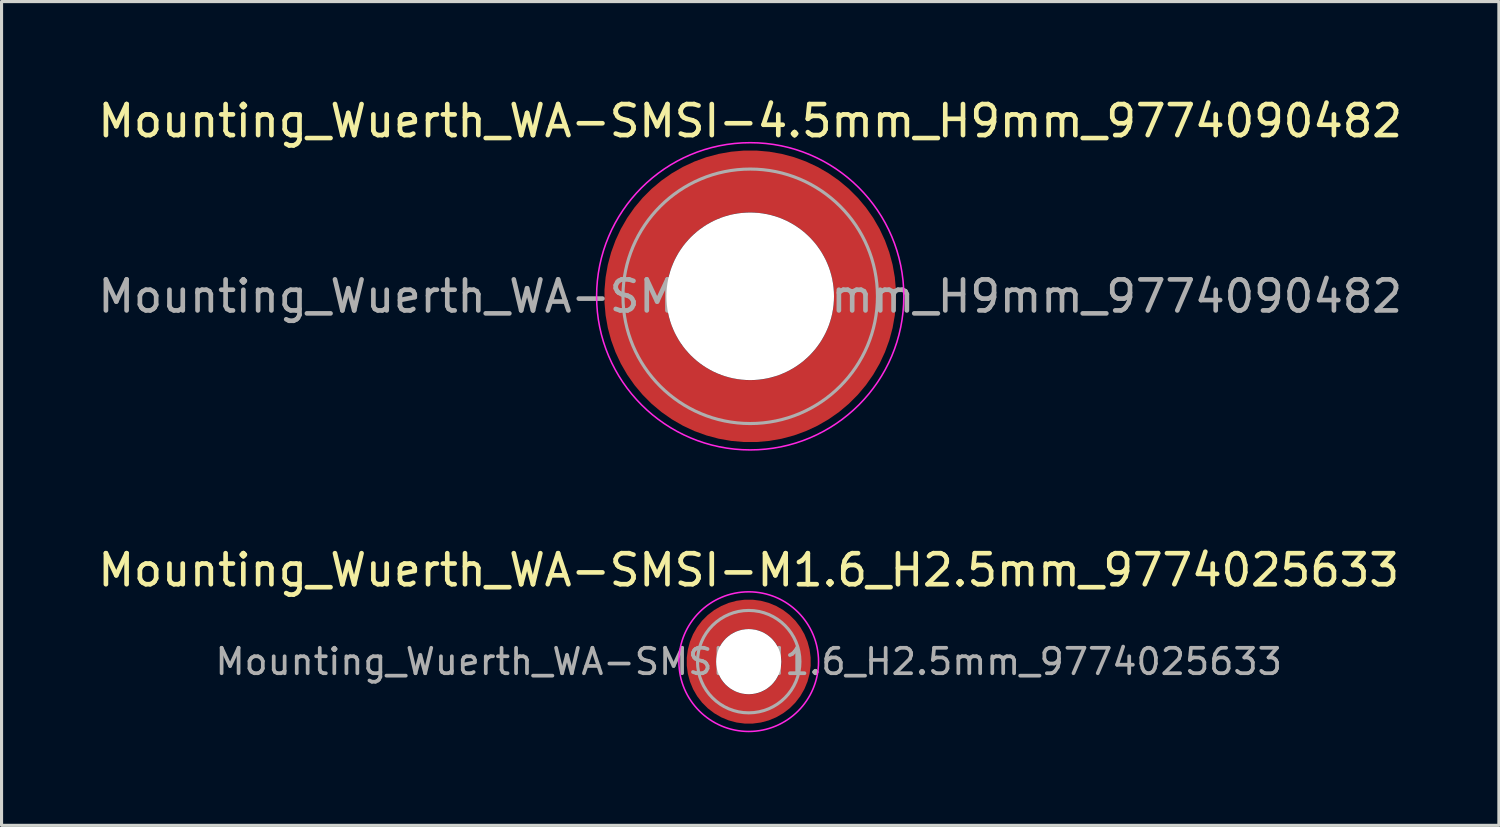
<source format=kicad_pcb>
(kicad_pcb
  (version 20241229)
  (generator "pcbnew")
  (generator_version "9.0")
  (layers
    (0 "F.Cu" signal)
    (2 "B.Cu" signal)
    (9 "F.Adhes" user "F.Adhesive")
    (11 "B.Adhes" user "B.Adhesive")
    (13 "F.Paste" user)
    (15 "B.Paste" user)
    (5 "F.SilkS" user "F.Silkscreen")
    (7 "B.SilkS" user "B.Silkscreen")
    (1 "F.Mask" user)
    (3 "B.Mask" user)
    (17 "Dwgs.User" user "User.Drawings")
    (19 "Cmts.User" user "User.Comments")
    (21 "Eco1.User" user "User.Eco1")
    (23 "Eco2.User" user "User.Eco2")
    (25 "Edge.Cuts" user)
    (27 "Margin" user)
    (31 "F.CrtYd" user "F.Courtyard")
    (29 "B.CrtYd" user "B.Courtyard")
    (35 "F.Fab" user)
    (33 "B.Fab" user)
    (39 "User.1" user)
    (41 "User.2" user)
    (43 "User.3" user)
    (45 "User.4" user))
  (footprint "Mounting_Wuerth_WA-SMSI-M1.6_H2.5mm_9774025633"
    (layer "F.Cu")
    (at 21.077 18.271)
    (property "Reference" "Mounting_Wuerth_WA-SMSI-M1.6_H2.5mm_9774025633" (at 0 -2.95 0) (layer "F.SilkS") (effects (font (size 1 1) (thickness 0.15))))
    (attr smd)
    (fp_circle (center 0 0) (end 2.25 0) (stroke (width 0.05) (type solid)) (fill no) (layer "F.CrtYd"))
    (fp_circle (center 0 0) (end 1.65 0) (stroke (width 0.1) (type solid)) (fill no) (layer "F.Fab"))
    (fp_text user "${REFERENCE}" (at 0 0 0) (layer "F.Fab") (effects (font (size 0.82 0.82) (thickness 0.12))))
    (pad "" smd custom (at -1.061 -1.061) (size 0.4 0.4) (layers "F.Paste") (options (anchor circle)) (primitives (gr_arc (start -0.101235 0.76066) (mid 0.212132 0.212132) (end 0.76066 -0.101235) (width 0.2)) (gr_arc (start -0.204251 0.76066) (mid 0.141421 0.141421) (end 0.76066 -0.204251) (width 0.2)) (gr_arc (start -0.306819 0.76066) (mid 0.070711 0.070711) (end 0.76066 -0.306819) (width 0.2)) (gr_arc (start -0.409034 0.76066) (mid 0 0) (end 0.76066 -0.409034) (width 0.2)) (gr_arc (start -0.510963 0.76066) (mid -0.070711 -0.070711) (end 0.76066 -0.510963) (width 0.2)) (gr_arc (start -0.61266 0.76066) (mid -0.141421 -0.141421) (end 0.76066 -0.61266) (width 0.2)) (gr_arc (start -0.714164 0.76066) (mid -0.212132 -0.212132) (end 0.76066 -0.714164) (width 0.2)) (gr_line (start 0.761 -0.101) (end 0.761 -0.714) (width 0.2)) (gr_line (start -0.101 0.761) (end -0.714 0.761) (width 0.2))))
    (pad "" smd custom (at -1.061 1.061) (size 0.4 0.4) (layers "F.Paste") (options (anchor circle)) (primitives (gr_arc (start 0.76066 0.101235) (mid 0.212132 -0.212132) (end -0.101235 -0.76066) (width 0.2)) (gr_arc (start 0.76066 0.204251) (mid 0.141421 -0.141421) (end -0.204251 -0.76066) (width 0.2)) (gr_arc (start 0.76066 0.306819) (mid 0.070711 -0.070711) (end -0.306819 -0.76066) (width 0.2)) (gr_arc (start 0.76066 0.409034) (mid 0 0) (end -0.409034 -0.76066) (width 0.2)) (gr_arc (start 0.76066 0.510963) (mid -0.070711 0.070711) (end -0.510963 -0.76066) (width 0.2)) (gr_arc (start 0.76066 0.61266) (mid -0.141421 0.141421) (end -0.61266 -0.76066) (width 0.2)) (gr_arc (start 0.76066 0.714164) (mid -0.212132 0.212132) (end -0.714164 -0.76066) (width 0.2)) (gr_line (start -0.101 -0.761) (end -0.714 -0.761) (width 0.2)) (gr_line (start 0.761 0.101) (end 0.761 0.714) (width 0.2))))
    (pad "" np_thru_hole circle (at 0 0) (size 2.1 2.1) (drill 2.1) (layers "*.Cu" "*.Mask"))
    (pad "" smd custom (at 1.061 -1.061) (size 0.4 0.4) (layers "F.Paste") (options (anchor circle)) (primitives (gr_arc (start -0.76066 -0.101235) (mid -0.212132 0.212132) (end 0.101235 0.76066) (width 0.2)) (gr_arc (start -0.76066 -0.204251) (mid -0.141421 0.141421) (end 0.204251 0.76066) (width 0.2)) (gr_arc (start -0.76066 -0.306819) (mid -0.070711 0.070711) (end 0.306819 0.76066) (width 0.2)) (gr_arc (start -0.76066 -0.409034) (mid 0 0) (end 0.409034 0.76066) (width 0.2)) (gr_arc (start -0.76066 -0.510963) (mid 0.070711 -0.070711) (end 0.510963 0.76066) (width 0.2)) (gr_arc (start -0.76066 -0.61266) (mid 0.141421 -0.141421) (end 0.61266 0.76066) (width 0.2)) (gr_arc (start -0.76066 -0.714164) (mid 0.212132 -0.212132) (end 0.714164 0.76066) (width 0.2)) (gr_line (start 0.101 0.761) (end 0.714 0.761) (width 0.2)) (gr_line (start -0.761 -0.101) (end -0.761 -0.714) (width 0.2))))
    (pad "" smd custom (at 1.061 1.061) (size 0.4 0.4) (layers "F.Paste") (options (anchor circle)) (primitives (gr_arc (start 0.101235 -0.76066) (mid -0.212132 -0.212132) (end -0.76066 0.101235) (width 0.2)) (gr_arc (start 0.204251 -0.76066) (mid -0.141421 -0.141421) (end -0.76066 0.204251) (width 0.2)) (gr_arc (start 0.306819 -0.76066) (mid -0.070711 -0.070711) (end -0.76066 0.306819) (width 0.2)) (gr_arc (start 0.409034 -0.76066) (mid 0 0) (end -0.76066 0.409034) (width 0.2)) (gr_arc (start 0.510963 -0.76066) (mid 0.070711 0.070711) (end -0.76066 0.510963) (width 0.2)) (gr_arc (start 0.61266 -0.76066) (mid 0.141421 0.141421) (end -0.76066 0.61266) (width 0.2)) (gr_arc (start 0.714164 -0.76066) (mid 0.212132 0.212132) (end -0.76066 0.714164) (width 0.2)) (gr_line (start -0.761 0.101) (end -0.761 0.714) (width 0.2)) (gr_line (start 0.101 -0.761) (end 0.714 -0.761) (width 0.2))))
    (pad "1" smd circle (at -1.525 0) (size 0.55 0.55) (layers "F.Cu"))
    (pad "1" smd circle (at 0 -1.525) (size 0.55 0.55) (layers "F.Cu"))
    (pad "1" smd circle (at 0 1.525) (size 0.55 0.55) (layers "F.Cu"))
    (pad "1" smd custom (at 1.525 0) (size 0.55 0.55) (layers "F.Cu" "F.Mask") (options (anchor circle)) (primitives (gr_circle (center -1.525 0) (end 0 0) (width 0.95) (fill no)))))
  (footprint "Mounting_Wuerth_WA-SMSI-4.5mm_H9mm_9774090482"
    (layer "F.Cu")
    (at 21.125 6.498)
    (property "Reference" "Mounting_Wuerth_WA-SMSI-4.5mm_H9mm_9774090482" (at 0 -5.65 0) (layer "F.SilkS") (effects (font (size 1 1) (thickness 0.15))))
    (attr smd)
    (fp_circle (center 0 0) (end 4.95 0) (stroke (width 0.05) (type solid)) (fill no) (layer "F.CrtYd"))
    (fp_circle (center 0 0) (end 4.1 0) (stroke (width 0.1) (type solid)) (fill no) (layer "F.Fab"))
    (fp_text user "${REFERENCE}" (at 0 0 0) (layer "F.Fab") (effects (font (size 1 1) (thickness 0.15))))
    (pad "" smd custom (at -2.607 -2.607) (size 1.495 1.495) (layers "F.Paste") (options (anchor circle)) (primitives (gr_arc (start -0.188183 2.107456) (mid 0.599273 0.599273) (end 2.107456 -0.188183) (width 0.2)) (gr_arc (start -0.289416 2.107456) (mid 0.52877 0.52877) (end 2.107456 -0.289416) (width 0.2)) (gr_arc (start -0.390547 2.107456) (mid 0.458268 0.458268) (end 2.107456 -0.390547) (width 0.2)) (gr_arc (start -0.491585 2.107456) (mid 0.387765 0.387765) (end 2.107456 -0.491585) (width 0.2)) (gr_arc (start -0.59254 2.107456) (mid 0.317262 0.317262) (end 2.107456 -0.59254) (width 0.2)) (gr_arc (start -0.693419 2.107456) (mid 0.24676 0.24676) (end 2.107456 -0.693419) (width 0.2)) (gr_arc (start -0.794229 2.107456) (mid 0.176257 0.176257) (end 2.107456 -0.794229) (width 0.2)) (gr_arc (start -0.894975 2.107456) (mid 0.105754 0.105754) (end 2.107456 -0.894975) (width 0.2)) (gr_arc (start -0.995664 2.107456) (mid 0.035251 0.035251) (end 2.107456 -0.995664) (width 0.2)) (gr_arc (start -1.0963 2.107456) (mid -0.035252 -0.035252) (end 2.107456 -1.0963) (width 0.2)) (gr_arc (start -1.196886 2.107456) (mid -0.105754 -0.105754) (end 2.107456 -1.196886) (width 0.2)) (gr_arc (start -1.297427 2.107456) (mid -0.176257 -0.176257) (end 2.107456 -1.297427) (width 0.2)) (gr_arc (start -1.397927 2.107456) (mid -0.24676 -0.24676) (end 2.107456 -1.397927) (width 0.2)) (gr_arc (start -1.498388 2.107456) (mid -0.317262 -0.317262) (end 2.107456 -1.498388) (width 0.2)) (gr_arc (start -1.598813 2.107456) (mid -0.387765 -0.387765) (end 2.107456 -1.598813) (width 0.2)) (gr_arc (start -1.699204 2.107456) (mid -0.458267 -0.458267) (end 2.107456 -1.699204) (width 0.2)) (gr_arc (start -1.799565 2.107456) (mid -0.528771 -0.528771) (end 2.107456 -1.799565) (width 0.2)) (gr_arc (start -1.899896 2.107456) (mid -0.599273 -0.599273) (end 2.107456 -1.899896) (width 0.2)) (gr_arc (start -1.899896 2.107456) (mid -0.599273 -0.599273) (end 2.107456 -1.899896) (width 0.2)) (gr_line (start 2.107 -0.188) (end 2.107 -1.9) (width 0.2)) (gr_line (start -0.188 2.107) (end -1.9 2.107) (width 0.2))))
    (pad "" smd custom (at -2.607 2.607) (size 1.495 1.495) (layers "F.Paste") (options (anchor circle)) (primitives (gr_arc (start 2.107456 0.188183) (mid 0.599273 -0.599273) (end -0.188183 -2.107456) (width 0.2)) (gr_arc (start 2.107456 0.289416) (mid 0.52877 -0.52877) (end -0.289416 -2.107456) (width 0.2)) (gr_arc (start 2.107456 0.390547) (mid 0.458268 -0.458268) (end -0.390547 -2.107456) (width 0.2)) (gr_arc (start 2.107456 0.491585) (mid 0.387765 -0.387765) (end -0.491585 -2.107456) (width 0.2)) (gr_arc (start 2.107456 0.59254) (mid 0.317262 -0.317262) (end -0.59254 -2.107456) (width 0.2)) (gr_arc (start 2.107456 0.693419) (mid 0.24676 -0.24676) (end -0.693419 -2.107456) (width 0.2)) (gr_arc (start 2.107456 0.794229) (mid 0.176257 -0.176257) (end -0.794229 -2.107456) (width 0.2)) (gr_arc (start 2.107456 0.894975) (mid 0.105754 -0.105754) (end -0.894975 -2.107456) (width 0.2)) (gr_arc (start 2.107456 0.995664) (mid 0.035251 -0.035251) (end -0.995664 -2.107456) (width 0.2)) (gr_arc (start 2.107456 1.0963) (mid -0.035252 0.035252) (end -1.0963 -2.107456) (width 0.2)) (gr_arc (start 2.107456 1.196886) (mid -0.105754 0.105754) (end -1.196886 -2.107456) (width 0.2)) (gr_arc (start 2.107456 1.297427) (mid -0.176257 0.176257) (end -1.297427 -2.107456) (width 0.2)) (gr_arc (start 2.107456 1.397927) (mid -0.24676 0.24676) (end -1.397927 -2.107456) (width 0.2)) (gr_arc (start 2.107456 1.498388) (mid -0.317262 0.317262) (end -1.498388 -2.107456) (width 0.2)) (gr_arc (start 2.107456 1.598813) (mid -0.387765 0.387765) (end -1.598813 -2.107456) (width 0.2)) (gr_arc (start 2.107456 1.699204) (mid -0.458267 0.458267) (end -1.699204 -2.107456) (width 0.2)) (gr_arc (start 2.107456 1.799565) (mid -0.528771 0.528771) (end -1.799565 -2.107456) (width 0.2)) (gr_arc (start 2.107456 1.899896) (mid -0.599273 0.599273) (end -1.899896 -2.107456) (width 0.2)) (gr_arc (start 2.107456 1.899896) (mid -0.599273 0.599273) (end -1.899896 -2.107456) (width 0.2)) (gr_line (start -0.188 -2.107) (end -1.9 -2.107) (width 0.2)) (gr_line (start 2.107 0.188) (end 2.107 1.9) (width 0.2))))
    (pad "" np_thru_hole circle (at 0 0) (size 5.4 5.4) (drill 5.4) (layers "*.Cu" "*.Mask"))
    (pad "" smd custom (at 2.607 -2.607) (size 1.495 1.495) (layers "F.Paste") (options (anchor circle)) (primitives (gr_arc (start -2.107456 -0.188183) (mid -0.599273 0.599273) (end 0.188183 2.107456) (width 0.2)) (gr_arc (start -2.107456 -0.289416) (mid -0.52877 0.52877) (end 0.289416 2.107456) (width 0.2)) (gr_arc (start -2.107456 -0.390547) (mid -0.458268 0.458268) (end 0.390547 2.107456) (width 0.2)) (gr_arc (start -2.107456 -0.491585) (mid -0.387765 0.387765) (end 0.491585 2.107456) (width 0.2)) (gr_arc (start -2.107456 -0.59254) (mid -0.317262 0.317262) (end 0.59254 2.107456) (width 0.2)) (gr_arc (start -2.107456 -0.693419) (mid -0.24676 0.24676) (end 0.693419 2.107456) (width 0.2)) (gr_arc (start -2.107456 -0.794229) (mid -0.176257 0.176257) (end 0.794229 2.107456) (width 0.2)) (gr_arc (start -2.107456 -0.894975) (mid -0.105754 0.105754) (end 0.894975 2.107456) (width 0.2)) (gr_arc (start -2.107456 -0.995664) (mid -0.035251 0.035251) (end 0.995664 2.107456) (width 0.2)) (gr_arc (start -2.107456 -1.0963) (mid 0.035252 -0.035252) (end 1.0963 2.107456) (width 0.2)) (gr_arc (start -2.107456 -1.196886) (mid 0.105754 -0.105754) (end 1.196886 2.107456) (width 0.2)) (gr_arc (start -2.107456 -1.297427) (mid 0.176257 -0.176257) (end 1.297427 2.107456) (width 0.2)) (gr_arc (start -2.107456 -1.397927) (mid 0.24676 -0.24676) (end 1.397927 2.107456) (width 0.2)) (gr_arc (start -2.107456 -1.498388) (mid 0.317262 -0.317262) (end 1.498388 2.107456) (width 0.2)) (gr_arc (start -2.107456 -1.598813) (mid 0.387765 -0.387765) (end 1.598813 2.107456) (width 0.2)) (gr_arc (start -2.107456 -1.699204) (mid 0.458267 -0.458267) (end 1.699204 2.107456) (width 0.2)) (gr_arc (start -2.107456 -1.799565) (mid 0.528771 -0.528771) (end 1.799565 2.107456) (width 0.2)) (gr_arc (start -2.107456 -1.899896) (mid 0.599273 -0.599273) (end 1.899896 2.107456) (width 0.2)) (gr_arc (start -2.107456 -1.899896) (mid 0.599273 -0.599273) (end 1.899896 2.107456) (width 0.2)) (gr_line (start 0.188 2.107) (end 1.9 2.107) (width 0.2)) (gr_line (start -2.107 -0.188) (end -2.107 -1.9) (width 0.2))))
    (pad "" smd custom (at 2.607 2.607) (size 1.495 1.495) (layers "F.Paste") (options (anchor circle)) (primitives (gr_arc (start 0.188183 -2.107456) (mid -0.599273 -0.599273) (end -2.107456 0.188183) (width 0.2)) (gr_arc (start 0.289416 -2.107456) (mid -0.52877 -0.52877) (end -2.107456 0.289416) (width 0.2)) (gr_arc (start 0.390547 -2.107456) (mid -0.458268 -0.458268) (end -2.107456 0.390547) (width 0.2)) (gr_arc (start 0.491585 -2.107456) (mid -0.387765 -0.387765) (end -2.107456 0.491585) (width 0.2)) (gr_arc (start 0.59254 -2.107456) (mid -0.317262 -0.317262) (end -2.107456 0.59254) (width 0.2)) (gr_arc (start 0.693419 -2.107456) (mid -0.24676 -0.24676) (end -2.107456 0.693419) (width 0.2)) (gr_arc (start 0.794229 -2.107456) (mid -0.176257 -0.176257) (end -2.107456 0.794229) (width 0.2)) (gr_arc (start 0.894975 -2.107456) (mid -0.105754 -0.105754) (end -2.107456 0.894975) (width 0.2)) (gr_arc (start 0.995664 -2.107456) (mid -0.035251 -0.035251) (end -2.107456 0.995664) (width 0.2)) (gr_arc (start 1.0963 -2.107456) (mid 0.035252 0.035252) (end -2.107456 1.0963) (width 0.2)) (gr_arc (start 1.196886 -2.107456) (mid 0.105754 0.105754) (end -2.107456 1.196886) (width 0.2)) (gr_arc (start 1.297427 -2.107456) (mid 0.176257 0.176257) (end -2.107456 1.297427) (width 0.2)) (gr_arc (start 1.397927 -2.107456) (mid 0.24676 0.24676) (end -2.107456 1.397927) (width 0.2)) (gr_arc (start 1.498388 -2.107456) (mid 0.317262 0.317262) (end -2.107456 1.498388) (width 0.2)) (gr_arc (start 1.598813 -2.107456) (mid 0.387765 0.387765) (end -2.107456 1.598813) (width 0.2)) (gr_arc (start 1.699204 -2.107456) (mid 0.458267 0.458267) (end -2.107456 1.699204) (width 0.2)) (gr_arc (start 1.799565 -2.107456) (mid 0.528771 0.528771) (end -2.107456 1.799565) (width 0.2)) (gr_arc (start 1.899896 -2.107456) (mid 0.599273 0.599273) (end -2.107456 1.899896) (width 0.2)) (gr_arc (start 1.899896 -2.107456) (mid 0.599273 0.599273) (end -2.107456 1.899896) (width 0.2)) (gr_line (start -2.107 0.188) (end -2.107 1.9) (width 0.2)) (gr_line (start 0.188 -2.107) (end 1.9 -2.107) (width 0.2))))
    (pad "1" smd circle (at -3.7 0) (size 1.6 1.6) (layers "F.Cu"))
    (pad "1" smd circle (at 0 -3.7) (size 1.6 1.6) (layers "F.Cu"))
    (pad "1" smd circle (at 0 3.7) (size 1.6 1.6) (layers "F.Cu"))
    (pad "1" smd custom (at 3.7 0) (size 1.6 1.6) (layers "F.Cu" "F.Mask") (options (anchor circle)) (primitives (gr_circle (center -3.7 0) (end 0 0) (width 2) (fill no)))))
  (gr_rect
    (start -3 -3)
    (end 45.25 23.547)
    (stroke (width 0.1) (type default))
    (fill no)
    (layer "Edge.Cuts")))
</source>
